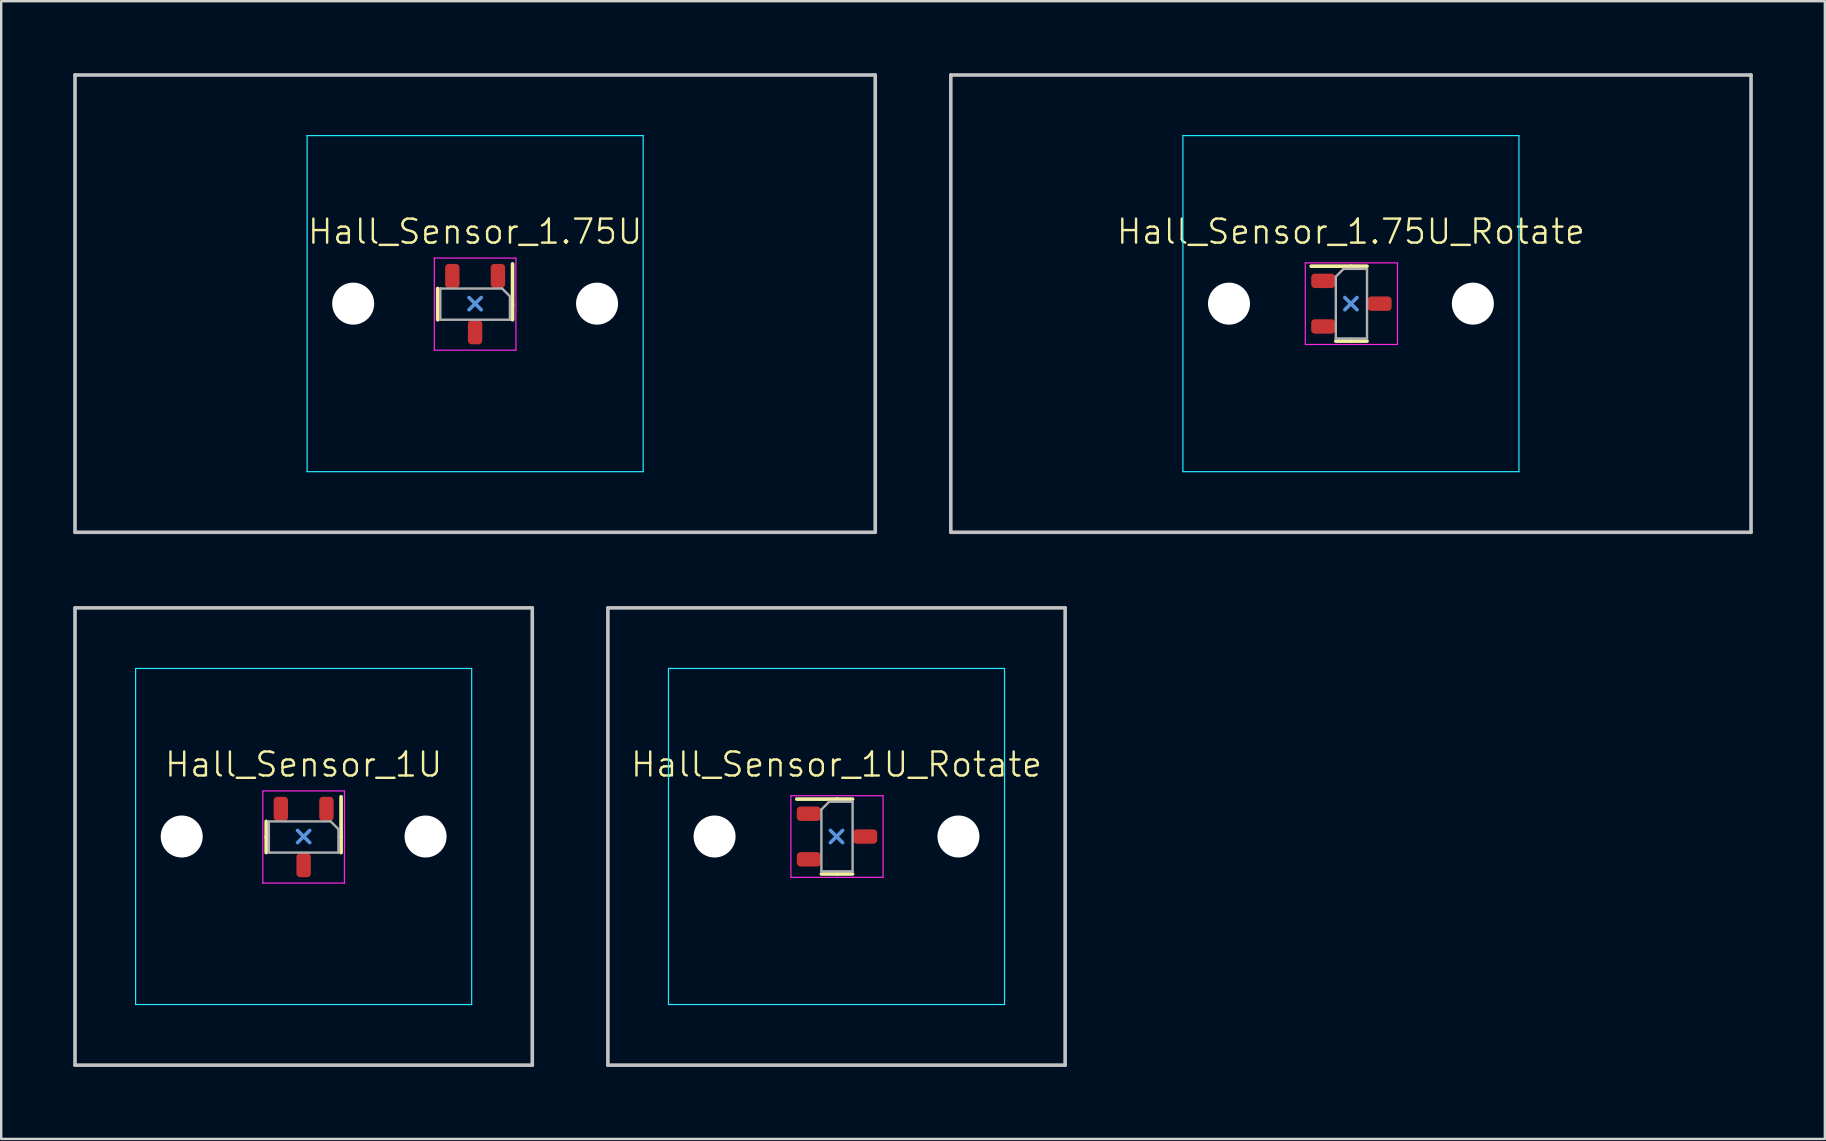
<source format=kicad_pcb>
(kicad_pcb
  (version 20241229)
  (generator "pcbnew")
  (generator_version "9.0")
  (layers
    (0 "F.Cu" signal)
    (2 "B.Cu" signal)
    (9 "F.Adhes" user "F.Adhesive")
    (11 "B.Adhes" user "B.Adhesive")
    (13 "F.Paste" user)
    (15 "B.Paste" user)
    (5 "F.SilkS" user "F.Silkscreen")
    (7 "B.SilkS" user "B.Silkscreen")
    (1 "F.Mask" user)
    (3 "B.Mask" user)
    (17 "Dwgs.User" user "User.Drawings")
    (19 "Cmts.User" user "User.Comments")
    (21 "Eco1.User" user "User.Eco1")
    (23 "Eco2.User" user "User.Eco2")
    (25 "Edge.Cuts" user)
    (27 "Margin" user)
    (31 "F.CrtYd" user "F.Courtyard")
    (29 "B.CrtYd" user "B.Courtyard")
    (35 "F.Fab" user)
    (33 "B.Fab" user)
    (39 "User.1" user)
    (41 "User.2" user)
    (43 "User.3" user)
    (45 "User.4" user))
  (footprint "Hall_Sensor_1U_Rotate"
    (layer "F.Cu")
    (at 31.8 31.8)
    (property "Reference" "Hall_Sensor_1U_Rotate" (at 0 -3 0) (unlocked yes) (layer "F.SilkS") (effects (font (size 1 1) (thickness 0.1))))
    (attr smd)
    (fp_line (start -1.655 -1.56) (end 0.02 -1.56) (stroke (width 0.153) (type solid)) (layer "F.SilkS"))
    (fp_line (start -0.63 1.56) (end 0.02 1.56) (stroke (width 0.153) (type solid)) (layer "F.SilkS"))
    (fp_line (start 0.67 -1.56) (end 0.02 -1.56) (stroke (width 0.153) (type solid)) (layer "F.SilkS"))
    (fp_line (start 0.67 1.56) (end 0.02 1.56) (stroke (width 0.153) (type solid)) (layer "F.SilkS"))
    (fp_line (start -9.525 -9.525) (end 9.525 -9.525) (stroke (width 0.15) (type solid)) (layer "Dwgs.User"))
    (fp_line (start -9.525 9.525) (end -9.525 -9.525) (stroke (width 0.15) (type solid)) (layer "Dwgs.User"))
    (fp_line (start 9.525 -9.525) (end 9.525 9.525) (stroke (width 0.15) (type solid)) (layer "Dwgs.User"))
    (fp_line (start 9.525 9.525) (end -9.525 9.525) (stroke (width 0.15) (type solid)) (layer "Dwgs.User"))
    (fp_line (start -0.254 -0.254) (end 0.254 0.254) (stroke (width 0.15) (type default)) (layer "Cmts.User"))
    (fp_line (start 0.254 -0.254) (end -0.254 0.254) (stroke (width 0.15) (type default)) (layer "Cmts.User"))
    (fp_line (start -7 -6.5) (end -7 6.5) (stroke (width 0.15) (type solid)) (layer "Eco2.User"))
    (fp_line (start -6.5 7) (end 6.5 7) (stroke (width 0.15) (type solid)) (layer "Eco2.User"))
    (fp_line (start 6.5 -7) (end -6.5 -7) (stroke (width 0.15) (type solid)) (layer "Eco2.User"))
    (fp_line (start 7 6.5) (end 7 -6.5) (stroke (width 0.15) (type solid)) (layer "Eco2.User"))
    (fp_arc (start -7 -6.500001) (mid -6.853553 -6.853553) (end -6.500001 -7) (stroke (width 0.15) (type solid)) (layer "Eco2.User"))
    (fp_arc (start -6.500001 7) (mid -6.853553 6.853553) (end -7 6.500001) (stroke (width 0.15) (type solid)) (layer "Eco2.User"))
    (fp_arc (start 6.500001 -7) (mid 6.853553 -6.853553) (end 7 -6.500001) (stroke (width 0.15) (type solid)) (layer "Eco2.User"))
    (fp_arc (start 6.997236 6.498884) (mid 6.850791 6.852425) (end 6.497236 6.998884) (stroke (width 0.15) (type solid)) (layer "Eco2.User"))
    (fp_line (start -7 -7) (end -7 7) (stroke (width 0.05) (type solid)) (layer "B.CrtYd"))
    (fp_line (start -7 7) (end 7 7) (stroke (width 0.05) (type solid)) (layer "B.CrtYd"))
    (fp_line (start 7 -7) (end -7 -7) (stroke (width 0.05) (type solid)) (layer "B.CrtYd"))
    (fp_line (start 7 7) (end 7 -7) (stroke (width 0.05) (type solid)) (layer "B.CrtYd"))
    (fp_line (start -1.9 -1.7) (end 1.94 -1.7) (stroke (width 0.05) (type solid)) (layer "F.CrtYd"))
    (fp_line (start -1.9 1.7) (end -1.9 -1.7) (stroke (width 0.05) (type solid)) (layer "F.CrtYd"))
    (fp_line (start 1.94 -1.7) (end 1.94 1.7) (stroke (width 0.05) (type solid)) (layer "F.CrtYd"))
    (fp_line (start 1.94 1.7) (end -1.9 1.7) (stroke (width 0.05) (type solid)) (layer "F.CrtYd"))
    (fp_line (start -0.63 -1.125) (end -0.63 1.45) (stroke (width 0.1) (type solid)) (layer "F.Fab"))
    (fp_line (start -0.63 1.45) (end 0.67 1.45) (stroke (width 0.1) (type solid)) (layer "F.Fab"))
    (fp_line (start -0.305 -1.45) (end -0.63 -1.125) (stroke (width 0.1) (type solid)) (layer "F.Fab"))
    (fp_line (start 0.67 -1.45) (end -0.305 -1.45) (stroke (width 0.1) (type solid)) (layer "F.Fab"))
    (fp_line (start 0.67 1.45) (end 0.67 -1.45) (stroke (width 0.1) (type solid)) (layer "F.Fab"))
    (pad "" np_thru_hole circle (at -5.08 0) (size 1.75 1.75) (drill 1.75) (layers "*.Cu" "*.Mask"))
    (pad "" np_thru_hole circle (at 5.08 0) (size 1.75 1.75) (drill 1.75) (layers "*.Cu" "*.Mask"))
    (pad "1" smd roundrect (at -1.155 -0.95) (size 1 0.6) (layers "F.Cu" "F.Mask" "F.Paste") (roundrect_rratio 0.25))
    (pad "2" smd roundrect (at 1.195 0) (size 1 0.6) (layers "F.Cu" "F.Mask" "F.Paste") (roundrect_rratio 0.25))
    (pad "3" smd roundrect (at -1.155 0.95) (size 1 0.6) (layers "F.Cu" "F.Mask" "F.Paste") (roundrect_rratio 0.25))
    (zone (net_name "") (layers "F.Cu" "B.Cu") (hatch edge 0.5) (connect_pads) (min_thickness 0.25) (filled_areas_thickness no) (keepout (tracks allowed) (vias allowed) (pads allowed) (copperpour not_allowed) (footprints allowed)) (placement (enabled no)) (fill) (polygon (pts (xy 31.8 30.05) (xy 31.539 30.07) (xy 31.284 30.128) (xy 31.041 30.223) (xy 30.814 30.354) (xy 30.61 30.517) (xy 30.432 30.709) (xy 30.284 30.925) (xy 30.171 31.161) (xy 30.094 31.411) (xy 30.055 31.669) (xy 30.055 31.931) (xy 30.094 32.189) (xy 30.171 32.439) (xy 30.284 32.675) (xy 30.432 32.891) (xy 30.61 33.083) (xy 30.814 33.246) (xy 31.041 33.377) (xy 31.284 33.472) (xy 31.539 33.53) (xy 31.8 33.55) (xy 32.061 33.53) (xy 32.316 33.472) (xy 32.559 33.377) (xy 32.786 33.246) (xy 32.99 33.083) (xy 33.168 32.891) (xy 33.316 32.675) (xy 33.429 32.439) (xy 33.506 32.189) (xy 33.545 31.931) (xy 33.545 31.669) (xy 33.506 31.411) (xy 33.429 31.161) (xy 33.316 30.925) (xy 33.168 30.709) (xy 32.99 30.517) (xy 32.786 30.354) (xy 32.559 30.223) (xy 32.316 30.128) (xy 32.061 30.07)))))
  (footprint "Hall_Sensor_1U"
    (layer "F.Cu")
    (at 9.6 31.8)
    (property "Reference" "Hall_Sensor_1U" (at 0 -3 0) (unlocked yes) (layer "F.SilkS") (effects (font (size 1 1) (thickness 0.1))))
    (attr smd)
    (fp_line (start -1.56 -0.63) (end -1.56 0.02) (stroke (width 0.153) (type solid)) (layer "F.SilkS"))
    (fp_line (start -1.56 0.67) (end -1.56 0.02) (stroke (width 0.153) (type solid)) (layer "F.SilkS"))
    (fp_line (start 1.56 -1.655) (end 1.56 0.02) (stroke (width 0.153) (type solid)) (layer "F.SilkS"))
    (fp_line (start 1.56 0.67) (end 1.56 0.02) (stroke (width 0.153) (type solid)) (layer "F.SilkS"))
    (fp_line (start -9.525 -9.525) (end 9.525 -9.525) (stroke (width 0.15) (type solid)) (layer "Dwgs.User"))
    (fp_line (start -9.525 9.525) (end -9.525 -9.525) (stroke (width 0.15) (type solid)) (layer "Dwgs.User"))
    (fp_line (start 9.525 -9.525) (end 9.525 9.525) (stroke (width 0.15) (type solid)) (layer "Dwgs.User"))
    (fp_line (start 9.525 9.525) (end -9.525 9.525) (stroke (width 0.15) (type solid)) (layer "Dwgs.User"))
    (fp_line (start 0.254 -0.254) (end -0.254 0.254) (stroke (width 0.15) (type default)) (layer "Cmts.User"))
    (fp_line (start 0.254 0.254) (end -0.254 -0.254) (stroke (width 0.15) (type default)) (layer "Cmts.User"))
    (fp_line (start -7 -6.5) (end -7 6.5) (stroke (width 0.15) (type solid)) (layer "Eco2.User"))
    (fp_line (start -6.5 7) (end 6.5 7) (stroke (width 0.15) (type solid)) (layer "Eco2.User"))
    (fp_line (start 6.5 -7) (end -6.5 -7) (stroke (width 0.15) (type solid)) (layer "Eco2.User"))
    (fp_line (start 7 6.5) (end 7 -6.5) (stroke (width 0.15) (type solid)) (layer "Eco2.User"))
    (fp_arc (start -7 -6.500001) (mid -6.853553 -6.853553) (end -6.500001 -7) (stroke (width 0.15) (type solid)) (layer "Eco2.User"))
    (fp_arc (start -6.500001 7) (mid -6.853553 6.853553) (end -7 6.500001) (stroke (width 0.15) (type solid)) (layer "Eco2.User"))
    (fp_arc (start 6.500001 -7) (mid 6.853553 -6.853553) (end 7 -6.500001) (stroke (width 0.15) (type solid)) (layer "Eco2.User"))
    (fp_arc (start 6.997236 6.498884) (mid 6.850791 6.852425) (end 6.497236 6.998884) (stroke (width 0.15) (type solid)) (layer "Eco2.User"))
    (fp_line (start -7 -7) (end -7 7) (stroke (width 0.05) (type solid)) (layer "B.CrtYd"))
    (fp_line (start -7 7) (end 7 7) (stroke (width 0.05) (type solid)) (layer "B.CrtYd"))
    (fp_line (start 7 -7) (end -7 -7) (stroke (width 0.05) (type solid)) (layer "B.CrtYd"))
    (fp_line (start 7 7) (end 7 -7) (stroke (width 0.05) (type solid)) (layer "B.CrtYd"))
    (fp_line (start -1.7 -1.9) (end 1.7 -1.9) (stroke (width 0.05) (type solid)) (layer "F.CrtYd"))
    (fp_line (start -1.7 1.94) (end -1.7 -1.9) (stroke (width 0.05) (type solid)) (layer "F.CrtYd"))
    (fp_line (start 1.7 -1.9) (end 1.7 1.94) (stroke (width 0.05) (type solid)) (layer "F.CrtYd"))
    (fp_line (start 1.7 1.94) (end -1.7 1.94) (stroke (width 0.05) (type solid)) (layer "F.CrtYd"))
    (fp_line (start -1.45 -0.63) (end -1.45 0.67) (stroke (width 0.1) (type solid)) (layer "F.Fab"))
    (fp_line (start -1.45 0.67) (end 1.45 0.67) (stroke (width 0.1) (type solid)) (layer "F.Fab"))
    (fp_line (start 1.125 -0.63) (end -1.45 -0.63) (stroke (width 0.1) (type solid)) (layer "F.Fab"))
    (fp_line (start 1.45 -0.305) (end 1.125 -0.63) (stroke (width 0.1) (type solid)) (layer "F.Fab"))
    (fp_line (start 1.45 0.67) (end 1.45 -0.305) (stroke (width 0.1) (type solid)) (layer "F.Fab"))
    (pad "" np_thru_hole circle (at -5.08 0) (size 1.75 1.75) (drill 1.75) (layers "*.Cu" "*.Mask"))
    (pad "" np_thru_hole circle (at 5.08 0) (size 1.75 1.75) (drill 1.75) (layers "*.Cu" "*.Mask"))
    (pad "1" smd roundrect (at 0.95 -1.155 270) (size 1 0.6) (layers "F.Cu" "F.Mask" "F.Paste") (roundrect_rratio 0.25))
    (pad "2" smd roundrect (at 0 1.195 270) (size 1 0.6) (layers "F.Cu" "F.Mask" "F.Paste") (roundrect_rratio 0.25))
    (pad "3" smd roundrect (at -0.95 -1.155 270) (size 1 0.6) (layers "F.Cu" "F.Mask" "F.Paste") (roundrect_rratio 0.25))
    (zone (net_name "") (layers "F.Cu" "B.Cu") (hatch edge 0.5) (connect_pads) (min_thickness 0.25) (filled_areas_thickness no) (keepout (tracks allowed) (vias allowed) (pads allowed) (copperpour not_allowed) (footprints allowed)) (placement (enabled no)) (fill) (polygon (pts (xy 11.35 31.8) (xy 11.33 31.539) (xy 11.272 31.284) (xy 11.177 31.041) (xy 11.046 30.814) (xy 10.883 30.61) (xy 10.691 30.432) (xy 10.475 30.284) (xy 10.239 30.171) (xy 9.989 30.094) (xy 9.731 30.055) (xy 9.469 30.055) (xy 9.211 30.094) (xy 8.961 30.171) (xy 8.725 30.284) (xy 8.509 30.432) (xy 8.317 30.61) (xy 8.154 30.814) (xy 8.023 31.041) (xy 7.928 31.284) (xy 7.87 31.539) (xy 7.85 31.8) (xy 7.87 32.061) (xy 7.928 32.316) (xy 8.023 32.559) (xy 8.154 32.786) (xy 8.317 32.99) (xy 8.509 33.168) (xy 8.725 33.316) (xy 8.961 33.429) (xy 9.211 33.506) (xy 9.469 33.545) (xy 9.731 33.545) (xy 9.989 33.506) (xy 10.239 33.429) (xy 10.475 33.316) (xy 10.691 33.168) (xy 10.883 32.99) (xy 11.046 32.786) (xy 11.177 32.559) (xy 11.272 32.316) (xy 11.33 32.061)))))
  (footprint "Hall_Sensor_1.75U"
    (layer "F.Cu")
    (at 16.744 9.6)
    (property "Reference" "Hall_Sensor_1.75U" (at 0 -3 0) (unlocked yes) (layer "F.SilkS") (effects (font (size 1 1) (thickness 0.1))))
    (attr smd)
    (fp_line (start -1.56 -0.63) (end -1.56 0.02) (stroke (width 0.153) (type solid)) (layer "F.SilkS"))
    (fp_line (start -1.56 0.67) (end -1.56 0.02) (stroke (width 0.153) (type solid)) (layer "F.SilkS"))
    (fp_line (start 1.56 -1.655) (end 1.56 0.02) (stroke (width 0.153) (type solid)) (layer "F.SilkS"))
    (fp_line (start 1.56 0.67) (end 1.56 0.02) (stroke (width 0.153) (type solid)) (layer "F.SilkS"))
    (fp_line (start -16.669 -9.525) (end 16.669 -9.525) (stroke (width 0.15) (type solid)) (layer "Dwgs.User"))
    (fp_line (start -16.669 9.525) (end -16.669 -9.525) (stroke (width 0.15) (type solid)) (layer "Dwgs.User"))
    (fp_line (start -16.669 9.525) (end 16.669 9.525) (stroke (width 0.15) (type solid)) (layer "Dwgs.User"))
    (fp_line (start 16.669 -9.525) (end 16.669 9.525) (stroke (width 0.15) (type solid)) (layer "Dwgs.User"))
    (fp_line (start 0.254 -0.254) (end -0.254 0.254) (stroke (width 0.15) (type default)) (layer "Cmts.User"))
    (fp_line (start 0.254 0.254) (end -0.254 -0.254) (stroke (width 0.15) (type default)) (layer "Cmts.User"))
    (fp_line (start -7 -6.5) (end -7 6.5) (stroke (width 0.15) (type solid)) (layer "Eco2.User"))
    (fp_line (start -6.5 7) (end 6.5 7) (stroke (width 0.15) (type solid)) (layer "Eco2.User"))
    (fp_line (start 6.5 -7) (end -6.5 -7) (stroke (width 0.15) (type solid)) (layer "Eco2.User"))
    (fp_line (start 7 6.5) (end 7 -6.5) (stroke (width 0.15) (type solid)) (layer "Eco2.User"))
    (fp_arc (start -7 -6.500001) (mid -6.853553 -6.853553) (end -6.500001 -7) (stroke (width 0.15) (type solid)) (layer "Eco2.User"))
    (fp_arc (start -6.500001 7) (mid -6.853553 6.853553) (end -7 6.500001) (stroke (width 0.15) (type solid)) (layer "Eco2.User"))
    (fp_arc (start 6.500001 -7) (mid 6.853553 -6.853553) (end 7 -6.500001) (stroke (width 0.15) (type solid)) (layer "Eco2.User"))
    (fp_arc (start 6.997236 6.498884) (mid 6.850791 6.852425) (end 6.497236 6.998884) (stroke (width 0.15) (type solid)) (layer "Eco2.User"))
    (fp_line (start -7 -7) (end -7 7) (stroke (width 0.05) (type solid)) (layer "B.CrtYd"))
    (fp_line (start -7 7) (end 7 7) (stroke (width 0.05) (type solid)) (layer "B.CrtYd"))
    (fp_line (start 7 -7) (end -7 -7) (stroke (width 0.05) (type solid)) (layer "B.CrtYd"))
    (fp_line (start 7 7) (end 7 -7) (stroke (width 0.05) (type solid)) (layer "B.CrtYd"))
    (fp_line (start -1.7 -1.9) (end 1.7 -1.9) (stroke (width 0.05) (type solid)) (layer "F.CrtYd"))
    (fp_line (start -1.7 1.94) (end -1.7 -1.9) (stroke (width 0.05) (type solid)) (layer "F.CrtYd"))
    (fp_line (start 1.7 -1.9) (end 1.7 1.94) (stroke (width 0.05) (type solid)) (layer "F.CrtYd"))
    (fp_line (start 1.7 1.94) (end -1.7 1.94) (stroke (width 0.05) (type solid)) (layer "F.CrtYd"))
    (fp_line (start -1.45 -0.63) (end -1.45 0.67) (stroke (width 0.1) (type solid)) (layer "F.Fab"))
    (fp_line (start -1.45 0.67) (end 1.45 0.67) (stroke (width 0.1) (type solid)) (layer "F.Fab"))
    (fp_line (start 1.125 -0.63) (end -1.45 -0.63) (stroke (width 0.1) (type solid)) (layer "F.Fab"))
    (fp_line (start 1.45 -0.305) (end 1.125 -0.63) (stroke (width 0.1) (type solid)) (layer "F.Fab"))
    (fp_line (start 1.45 0.67) (end 1.45 -0.305) (stroke (width 0.1) (type solid)) (layer "F.Fab"))
    (pad "" np_thru_hole circle (at -5.08 0) (size 1.75 1.75) (drill 1.75) (layers "*.Cu" "*.Mask"))
    (pad "" np_thru_hole circle (at 5.08 0) (size 1.75 1.75) (drill 1.75) (layers "*.Cu" "*.Mask"))
    (pad "1" smd roundrect (at 0.95 -1.155 270) (size 1 0.6) (layers "F.Cu" "F.Mask" "F.Paste") (roundrect_rratio 0.25))
    (pad "2" smd roundrect (at 0 1.195 270) (size 1 0.6) (layers "F.Cu" "F.Mask" "F.Paste") (roundrect_rratio 0.25))
    (pad "3" smd roundrect (at -0.95 -1.155 270) (size 1 0.6) (layers "F.Cu" "F.Mask" "F.Paste") (roundrect_rratio 0.25))
    (zone (net_name "") (layers "F.Cu" "B.Cu") (hatch edge 0.5) (connect_pads) (min_thickness 0.25) (filled_areas_thickness no) (keepout (tracks allowed) (vias allowed) (pads allowed) (copperpour not_allowed) (footprints allowed)) (placement (enabled no)) (fill) (polygon (pts (xy 18.494 9.6) (xy 18.474 9.339) (xy 18.416 9.084) (xy 18.32 8.841) (xy 18.19 8.614) (xy 18.027 8.41) (xy 17.835 8.232) (xy 17.619 8.084) (xy 17.383 7.971) (xy 17.133 7.894) (xy 16.875 7.855) (xy 16.613 7.855) (xy 16.354 7.894) (xy 16.104 7.971) (xy 15.869 8.084) (xy 15.653 8.232) (xy 15.461 8.41) (xy 15.298 8.614) (xy 15.167 8.841) (xy 15.071 9.084) (xy 15.013 9.339) (xy 14.994 9.6) (xy 15.013 9.861) (xy 15.071 10.116) (xy 15.167 10.359) (xy 15.298 10.586) (xy 15.461 10.79) (xy 15.653 10.968) (xy 15.869 11.116) (xy 16.104 11.229) (xy 16.354 11.306) (xy 16.613 11.345) (xy 16.875 11.345) (xy 17.133 11.306) (xy 17.383 11.229) (xy 17.619 11.116) (xy 17.835 10.968) (xy 18.027 10.79) (xy 18.19 10.586) (xy 18.32 10.359) (xy 18.416 10.116) (xy 18.474 9.861)))))
  (footprint "Hall_Sensor_1.75U_Rotate"
    (layer "F.Cu")
    (at 53.231 9.6)
    (property "Reference" "Hall_Sensor_1.75U_Rotate" (at 0 -3 0) (unlocked yes) (layer "F.SilkS") (effects (font (size 1 1) (thickness 0.1))))
    (attr smd)
    (fp_line (start -1.655 -1.56) (end 0.02 -1.56) (stroke (width 0.153) (type solid)) (layer "F.SilkS"))
    (fp_line (start -0.63 1.56) (end 0.02 1.56) (stroke (width 0.153) (type solid)) (layer "F.SilkS"))
    (fp_line (start 0.67 -1.56) (end 0.02 -1.56) (stroke (width 0.153) (type solid)) (layer "F.SilkS"))
    (fp_line (start 0.67 1.56) (end 0.02 1.56) (stroke (width 0.153) (type solid)) (layer "F.SilkS"))
    (fp_line (start -16.669 -9.525) (end 16.669 -9.525) (stroke (width 0.15) (type solid)) (layer "Dwgs.User"))
    (fp_line (start -16.669 9.525) (end -16.669 -9.525) (stroke (width 0.15) (type solid)) (layer "Dwgs.User"))
    (fp_line (start -16.669 9.525) (end 16.669 9.525) (stroke (width 0.15) (type solid)) (layer "Dwgs.User"))
    (fp_line (start 16.669 -9.525) (end 16.669 9.525) (stroke (width 0.15) (type solid)) (layer "Dwgs.User"))
    (fp_line (start -0.254 -0.254) (end 0.254 0.254) (stroke (width 0.15) (type default)) (layer "Cmts.User"))
    (fp_line (start 0.254 -0.254) (end -0.254 0.254) (stroke (width 0.15) (type default)) (layer "Cmts.User"))
    (fp_line (start -7 -6.5) (end -7 6.5) (stroke (width 0.15) (type solid)) (layer "Eco2.User"))
    (fp_line (start -6.5 7) (end 6.5 7) (stroke (width 0.15) (type solid)) (layer "Eco2.User"))
    (fp_line (start 6.5 -7) (end -6.5 -7) (stroke (width 0.15) (type solid)) (layer "Eco2.User"))
    (fp_line (start 7 6.5) (end 7 -6.5) (stroke (width 0.15) (type solid)) (layer "Eco2.User"))
    (fp_arc (start -7 -6.500001) (mid -6.853553 -6.853553) (end -6.500001 -7) (stroke (width 0.15) (type solid)) (layer "Eco2.User"))
    (fp_arc (start -6.500001 7) (mid -6.853553 6.853553) (end -7 6.500001) (stroke (width 0.15) (type solid)) (layer "Eco2.User"))
    (fp_arc (start 6.500001 -7) (mid 6.853553 -6.853553) (end 7 -6.500001) (stroke (width 0.15) (type solid)) (layer "Eco2.User"))
    (fp_arc (start 6.997236 6.498884) (mid 6.850791 6.852425) (end 6.497236 6.998884) (stroke (width 0.15) (type solid)) (layer "Eco2.User"))
    (fp_line (start -7 -7) (end -7 7) (stroke (width 0.05) (type solid)) (layer "B.CrtYd"))
    (fp_line (start -7 7) (end 7 7) (stroke (width 0.05) (type solid)) (layer "B.CrtYd"))
    (fp_line (start 7 -7) (end -7 -7) (stroke (width 0.05) (type solid)) (layer "B.CrtYd"))
    (fp_line (start 7 7) (end 7 -7) (stroke (width 0.05) (type solid)) (layer "B.CrtYd"))
    (fp_line (start -1.9 -1.7) (end 1.94 -1.7) (stroke (width 0.05) (type solid)) (layer "F.CrtYd"))
    (fp_line (start -1.9 1.7) (end -1.9 -1.7) (stroke (width 0.05) (type solid)) (layer "F.CrtYd"))
    (fp_line (start 1.94 -1.7) (end 1.94 1.7) (stroke (width 0.05) (type solid)) (layer "F.CrtYd"))
    (fp_line (start 1.94 1.7) (end -1.9 1.7) (stroke (width 0.05) (type solid)) (layer "F.CrtYd"))
    (fp_line (start -0.63 -1.125) (end -0.63 1.45) (stroke (width 0.1) (type solid)) (layer "F.Fab"))
    (fp_line (start -0.63 1.45) (end 0.67 1.45) (stroke (width 0.1) (type solid)) (layer "F.Fab"))
    (fp_line (start -0.305 -1.45) (end -0.63 -1.125) (stroke (width 0.1) (type solid)) (layer "F.Fab"))
    (fp_line (start 0.67 -1.45) (end -0.305 -1.45) (stroke (width 0.1) (type solid)) (layer "F.Fab"))
    (fp_line (start 0.67 1.45) (end 0.67 -1.45) (stroke (width 0.1) (type solid)) (layer "F.Fab"))
    (pad "" np_thru_hole circle (at -5.08 0) (size 1.75 1.75) (drill 1.75) (layers "*.Cu" "*.Mask"))
    (pad "" np_thru_hole circle (at 5.08 0) (size 1.75 1.75) (drill 1.75) (layers "*.Cu" "*.Mask"))
    (pad "1" smd roundrect (at -1.155 -0.95) (size 1 0.6) (layers "F.Cu" "F.Mask" "F.Paste") (roundrect_rratio 0.25))
    (pad "2" smd roundrect (at 1.195 0) (size 1 0.6) (layers "F.Cu" "F.Mask" "F.Paste") (roundrect_rratio 0.25))
    (pad "3" smd roundrect (at -1.155 0.95) (size 1 0.6) (layers "F.Cu" "F.Mask" "F.Paste") (roundrect_rratio 0.25))
    (zone (net_name "") (layers "F.Cu" "B.Cu") (hatch edge 0.5) (connect_pads) (min_thickness 0.25) (filled_areas_thickness no) (keepout (tracks allowed) (vias allowed) (pads allowed) (copperpour not_allowed) (footprints allowed)) (placement (enabled no)) (fill) (polygon (pts (xy 53.231 7.85) (xy 52.97 7.87) (xy 52.715 7.928) (xy 52.472 8.023) (xy 52.245 8.154) (xy 52.041 8.317) (xy 51.863 8.509) (xy 51.716 8.725) (xy 51.602 8.961) (xy 51.525 9.211) (xy 51.486 9.469) (xy 51.486 9.731) (xy 51.525 9.989) (xy 51.602 10.239) (xy 51.716 10.475) (xy 51.863 10.691) (xy 52.041 10.883) (xy 52.245 11.046) (xy 52.472 11.177) (xy 52.715 11.272) (xy 52.97 11.33) (xy 53.231 11.35) (xy 53.492 11.33) (xy 53.747 11.272) (xy 53.991 11.177) (xy 54.217 11.046) (xy 54.422 10.883) (xy 54.599 10.691) (xy 54.747 10.475) (xy 54.86 10.239) (xy 54.937 9.989) (xy 54.976 9.731) (xy 54.976 9.469) (xy 54.937 9.211) (xy 54.86 8.961) (xy 54.747 8.725) (xy 54.599 8.509) (xy 54.422 8.317) (xy 54.217 8.154) (xy 53.991 8.023) (xy 53.747 7.928) (xy 53.492 7.87)))))
  (gr_rect
    (start -3 -3)
    (end 72.975 44.4)
    (stroke (width 0.1) (type default))
    (fill no)
    (layer "Edge.Cuts")))
</source>
